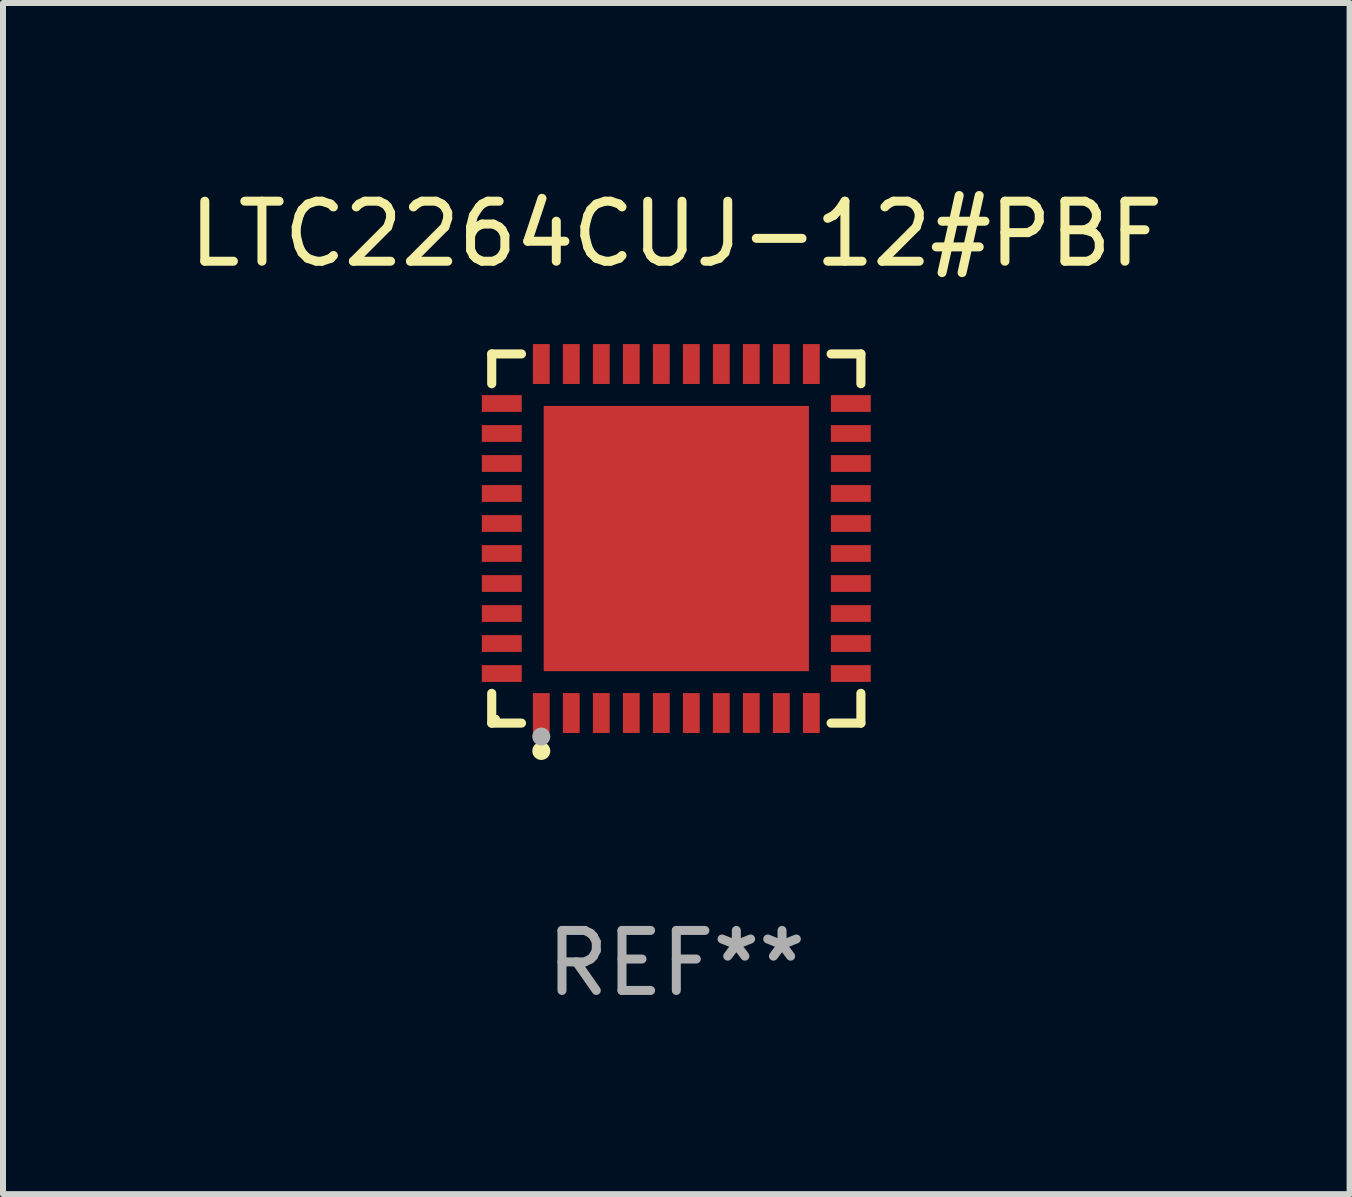
<source format=kicad_pcb>
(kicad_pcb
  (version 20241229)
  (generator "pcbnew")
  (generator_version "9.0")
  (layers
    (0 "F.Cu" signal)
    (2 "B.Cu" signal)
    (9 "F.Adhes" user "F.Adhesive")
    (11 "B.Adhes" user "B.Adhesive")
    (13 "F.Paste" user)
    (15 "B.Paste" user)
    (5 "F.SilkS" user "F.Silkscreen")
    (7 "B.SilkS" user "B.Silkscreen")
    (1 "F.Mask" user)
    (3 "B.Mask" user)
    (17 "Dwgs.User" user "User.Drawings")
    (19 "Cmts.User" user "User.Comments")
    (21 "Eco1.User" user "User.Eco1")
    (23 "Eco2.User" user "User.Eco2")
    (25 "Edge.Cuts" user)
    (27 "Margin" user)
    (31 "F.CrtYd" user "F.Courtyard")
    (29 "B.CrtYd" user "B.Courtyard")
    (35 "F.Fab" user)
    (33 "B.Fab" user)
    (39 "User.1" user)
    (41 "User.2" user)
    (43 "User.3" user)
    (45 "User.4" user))
  (footprint "LTC2264CUJ-12#PBF"
    (layer "F.Cu")
    (at 8.22 5.924)
    (property "Reference" "LTC2264CUJ-12#PBF" (at 0 -5.076 0) (layer "F.SilkS") (effects (font (size 1 1) (thickness 0.15))))
    (attr through_hole)
    (fp_line (start -3.076 -3.076) (end -2.58 -3.076) (stroke (width 0.152) (type solid)) (layer "F.SilkS"))
    (fp_line (start -3.076 -2.58) (end -3.076 -3.076) (stroke (width 0.152) (type solid)) (layer "F.SilkS"))
    (fp_line (start -3.076 2.58) (end -3.076 3.076) (stroke (width 0.152) (type solid)) (layer "F.SilkS"))
    (fp_line (start -3.076 3.076) (end -2.58 3.076) (stroke (width 0.152) (type solid)) (layer "F.SilkS"))
    (fp_line (start 3.076 -3.076) (end 2.58 -3.076) (stroke (width 0.152) (type solid)) (layer "F.SilkS"))
    (fp_line (start 3.076 -2.58) (end 3.076 -3.076) (stroke (width 0.152) (type solid)) (layer "F.SilkS"))
    (fp_line (start 3.076 2.58) (end 3.076 3.076) (stroke (width 0.152) (type solid)) (layer "F.SilkS"))
    (fp_line (start 3.076 3.076) (end 2.58 3.076) (stroke (width 0.152) (type solid)) (layer "F.SilkS"))
    (fp_circle (center -3 3) (end -2.97 3) (stroke (width 0.06) (type solid)) (fill no) (layer "F.SilkS"))
    (fp_circle (center -2.25 3.54) (end -2.175 3.54) (stroke (width 0.15) (type solid)) (fill no) (layer "F.SilkS"))
    (fp_circle (center -2.25 3.3) (end -2.175 3.3) (stroke (width 0.15) (type solid)) (fill no) (layer "F.Fab"))
    (fp_text user "REF**" (at 0 7.076 0) (layer "F.Fab") (effects (font (size 1 1) (thickness 0.15))))
    (pad "1" smd rect (at -2.25 2.908) (size 0.28 0.665) (layers "F.Cu" "F.Mask" "F.Paste"))
    (pad "2" smd rect (at -1.75 2.908) (size 0.28 0.665) (layers "F.Cu" "F.Mask" "F.Paste"))
    (pad "3" smd rect (at -1.25 2.908) (size 0.28 0.665) (layers "F.Cu" "F.Mask" "F.Paste"))
    (pad "4" smd rect (at -0.75 2.908) (size 0.28 0.665) (layers "F.Cu" "F.Mask" "F.Paste"))
    (pad "5" smd rect (at -0.25 2.908) (size 0.28 0.665) (layers "F.Cu" "F.Mask" "F.Paste"))
    (pad "6" smd rect (at 0.25 2.908) (size 0.28 0.665) (layers "F.Cu" "F.Mask" "F.Paste"))
    (pad "7" smd rect (at 0.75 2.908) (size 0.28 0.665) (layers "F.Cu" "F.Mask" "F.Paste"))
    (pad "8" smd rect (at 1.25 2.908) (size 0.28 0.665) (layers "F.Cu" "F.Mask" "F.Paste"))
    (pad "9" smd rect (at 1.75 2.908) (size 0.28 0.665) (layers "F.Cu" "F.Mask" "F.Paste"))
    (pad "10" smd rect (at 2.25 2.908) (size 0.28 0.665) (layers "F.Cu" "F.Mask" "F.Paste"))
    (pad "11" smd rect (at 2.908 2.25) (size 0.665 0.28) (layers "F.Cu" "F.Mask" "F.Paste"))
    (pad "12" smd rect (at 2.908 1.75) (size 0.665 0.28) (layers "F.Cu" "F.Mask" "F.Paste"))
    (pad "13" smd rect (at 2.908 1.25) (size 0.665 0.28) (layers "F.Cu" "F.Mask" "F.Paste"))
    (pad "14" smd rect (at 2.908 0.75) (size 0.665 0.28) (layers "F.Cu" "F.Mask" "F.Paste"))
    (pad "15" smd rect (at 2.908 0.25) (size 0.665 0.28) (layers "F.Cu" "F.Mask" "F.Paste"))
    (pad "16" smd rect (at 2.908 -0.25) (size 0.665 0.28) (layers "F.Cu" "F.Mask" "F.Paste"))
    (pad "17" smd rect (at 2.908 -0.75) (size 0.665 0.28) (layers "F.Cu" "F.Mask" "F.Paste"))
    (pad "18" smd rect (at 2.908 -1.25) (size 0.665 0.28) (layers "F.Cu" "F.Mask" "F.Paste"))
    (pad "19" smd rect (at 2.908 -1.75) (size 0.665 0.28) (layers "F.Cu" "F.Mask" "F.Paste"))
    (pad "20" smd rect (at 2.908 -2.25) (size 0.665 0.28) (layers "F.Cu" "F.Mask" "F.Paste"))
    (pad "21" smd rect (at 2.25 -2.908) (size 0.28 0.665) (layers "F.Cu" "F.Mask" "F.Paste"))
    (pad "22" smd rect (at 1.75 -2.908) (size 0.28 0.665) (layers "F.Cu" "F.Mask" "F.Paste"))
    (pad "23" smd rect (at 1.25 -2.908) (size 0.28 0.665) (layers "F.Cu" "F.Mask" "F.Paste"))
    (pad "24" smd rect (at 0.75 -2.908) (size 0.28 0.665) (layers "F.Cu" "F.Mask" "F.Paste"))
    (pad "25" smd rect (at 0.25 -2.908) (size 0.28 0.665) (layers "F.Cu" "F.Mask" "F.Paste"))
    (pad "26" smd rect (at -0.25 -2.908) (size 0.28 0.665) (layers "F.Cu" "F.Mask" "F.Paste"))
    (pad "27" smd rect (at -0.75 -2.908) (size 0.28 0.665) (layers "F.Cu" "F.Mask" "F.Paste"))
    (pad "28" smd rect (at -1.25 -2.908) (size 0.28 0.665) (layers "F.Cu" "F.Mask" "F.Paste"))
    (pad "29" smd rect (at -1.75 -2.908) (size 0.28 0.665) (layers "F.Cu" "F.Mask" "F.Paste"))
    (pad "30" smd rect (at -2.25 -2.908) (size 0.28 0.665) (layers "F.Cu" "F.Mask" "F.Paste"))
    (pad "31" smd rect (at -2.908 -2.25) (size 0.665 0.28) (layers "F.Cu" "F.Mask" "F.Paste"))
    (pad "32" smd rect (at -2.908 -1.75) (size 0.665 0.28) (layers "F.Cu" "F.Mask" "F.Paste"))
    (pad "33" smd rect (at -2.908 -1.25) (size 0.665 0.28) (layers "F.Cu" "F.Mask" "F.Paste"))
    (pad "34" smd rect (at -2.908 -0.75) (size 0.665 0.28) (layers "F.Cu" "F.Mask" "F.Paste"))
    (pad "35" smd rect (at -2.908 -0.25) (size 0.665 0.28) (layers "F.Cu" "F.Mask" "F.Paste"))
    (pad "36" smd rect (at -2.908 0.25) (size 0.665 0.28) (layers "F.Cu" "F.Mask" "F.Paste"))
    (pad "37" smd rect (at -2.908 0.75) (size 0.665 0.28) (layers "F.Cu" "F.Mask" "F.Paste"))
    (pad "38" smd rect (at -2.908 1.25) (size 0.665 0.28) (layers "F.Cu" "F.Mask" "F.Paste"))
    (pad "39" smd rect (at -2.908 1.75) (size 0.665 0.28) (layers "F.Cu" "F.Mask" "F.Paste"))
    (pad "40" smd rect (at -2.908 2.25) (size 0.665 0.28) (layers "F.Cu" "F.Mask" "F.Paste"))
    (pad "41" smd rect (at 0 0) (size 4.42 4.42) (layers "F.Cu" "F.Mask" "F.Paste")))
  (gr_rect
    (start -3 -3)
    (end 19.44 16.849)
    (stroke (width 0.1) (type default))
    (fill no)
    (layer "Edge.Cuts")))
</source>
